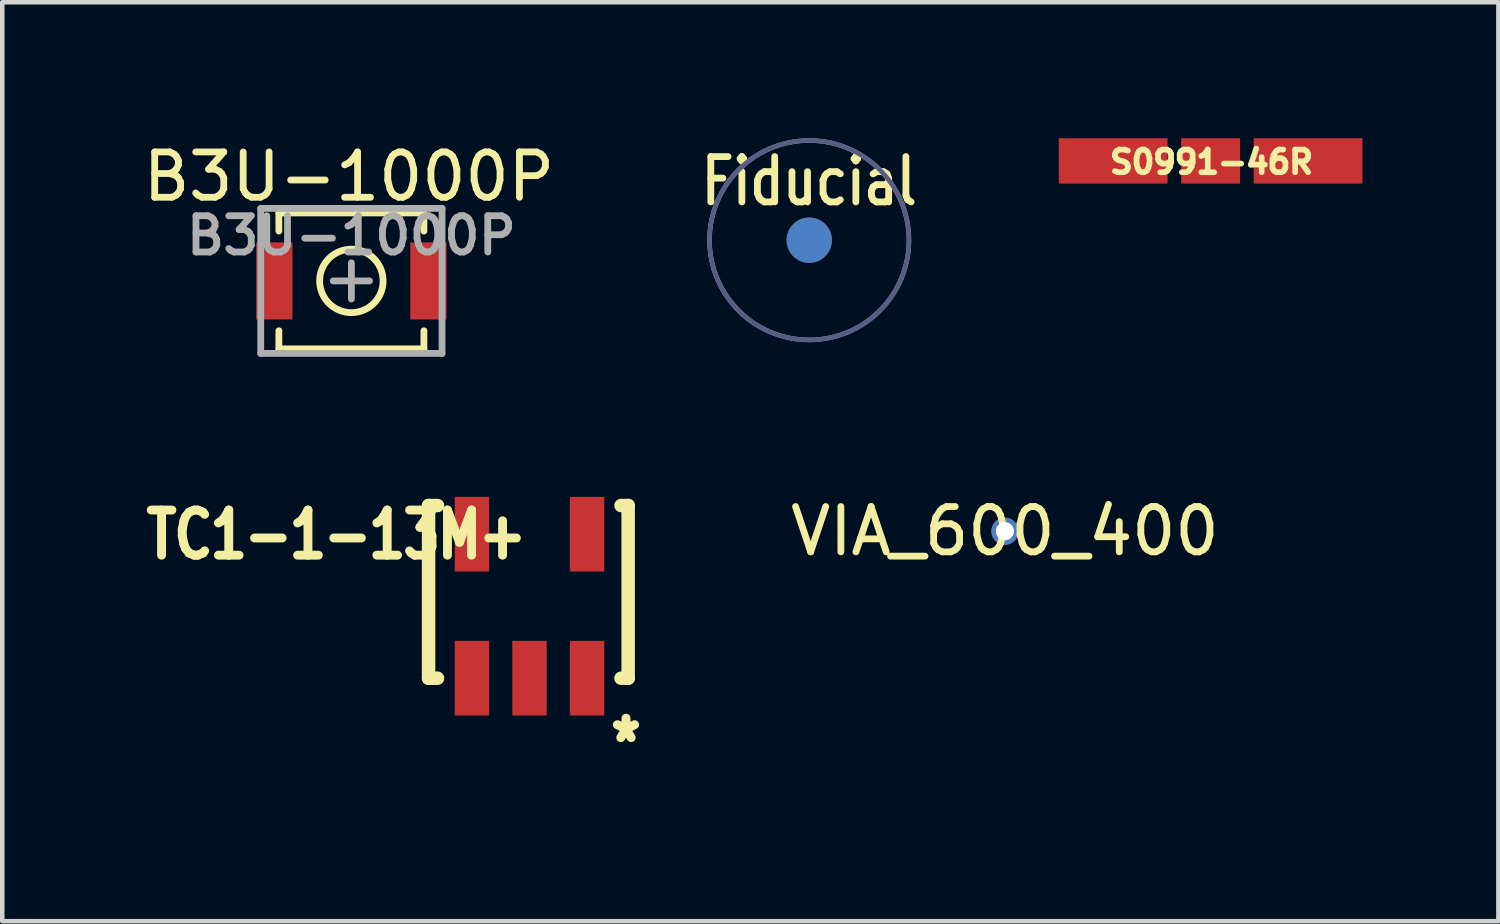
<source format=kicad_pcb>
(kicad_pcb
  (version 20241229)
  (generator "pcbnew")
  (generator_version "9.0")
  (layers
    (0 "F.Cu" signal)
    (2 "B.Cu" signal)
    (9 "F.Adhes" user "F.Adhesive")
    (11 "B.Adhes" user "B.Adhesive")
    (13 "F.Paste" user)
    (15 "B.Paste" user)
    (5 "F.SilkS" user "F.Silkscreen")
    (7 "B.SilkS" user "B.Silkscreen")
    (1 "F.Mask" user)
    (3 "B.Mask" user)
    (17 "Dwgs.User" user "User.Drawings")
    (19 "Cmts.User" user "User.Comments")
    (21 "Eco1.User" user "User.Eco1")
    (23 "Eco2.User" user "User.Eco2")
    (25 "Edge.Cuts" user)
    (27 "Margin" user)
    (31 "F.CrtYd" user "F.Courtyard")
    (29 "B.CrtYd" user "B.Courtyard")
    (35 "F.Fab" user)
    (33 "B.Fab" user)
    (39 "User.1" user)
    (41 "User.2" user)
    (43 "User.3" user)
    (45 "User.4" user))
  (footprint "VIA_600_400"
    (layer "F.Cu")
    (at 19.122 8.671)
    (property "Reference" "VIA_600_400" (at 0 0 0) (layer "F.SilkS") (effects (font (size 1 1) (thickness 0.15))))
    (attr through_hole)
    (pad "" thru_hole circle (at 0 0) (size 0.6 0.6) (drill 0.4) (layers "*.Cu")))
  (footprint "TC1-1-13M+"
    (layer "F.Cu")
    (at 8.632 10.329)
    (property "Reference" "TC1-1-13M+" (at -4.26 -1.58 0) (layer "F.SilkS") (effects (font (size 0.996 0.798) (thickness 0.196))))
    (attr smd)
    (fp_line (start -2.226 -2.225) (end -2.028 -2.225) (stroke (width 0.297) (type solid)) (layer "F.SilkS"))
    (fp_line (start -2.226 1.585) (end -2.226 -2.225) (stroke (width 0.297) (type solid)) (layer "F.SilkS"))
    (fp_line (start -2.226 1.585) (end -2.028 1.585) (stroke (width 0.297) (type solid)) (layer "F.SilkS"))
    (fp_line (start 2.02 1.585) (end 2.178 1.585) (stroke (width 0.297) (type solid)) (layer "F.SilkS"))
    (fp_line (start 2.178 -2.225) (end 2.02 -2.225) (stroke (width 0.297) (type solid)) (layer "F.SilkS"))
    (fp_line (start 2.178 1.585) (end 2.178 -2.225) (stroke (width 0.297) (type solid)) (layer "F.SilkS"))
    (fp_text user "*" (at 2.13 3.015 0) (layer "F.SilkS") (effects (font (size 0.998 0.798) (thickness 0.198))))
    (pad "1" smd rect (at 1.271 1.585) (size 0.759 1.648) (layers "F.Cu" "F.Mask" "F.Paste"))
    (pad "2" smd rect (at 0.001 1.585) (size 0.759 1.648) (layers "F.Cu" "F.Mask" "F.Paste"))
    (pad "3" smd rect (at -1.269 1.585) (size 0.759 1.648) (layers "F.Cu" "F.Mask" "F.Paste"))
    (pad "4" smd rect (at -1.269 -1.592) (size 0.759 1.648) (layers "F.Cu" "F.Mask" "F.Paste"))
    (pad "6" smd rect (at 1.271 -1.592) (size 0.759 1.648) (layers "F.Cu" "F.Mask" "F.Paste")))
  (footprint "B3U-1000P"
    (layer "F.Cu")
    (at 4.703 3.148)
    (property "Reference" "B3U-1000P" (at -0.054 -2.3 0) (layer "F.SilkS") (effects (font (size 1 1) (thickness 0.15))))
    (attr smd)
    (fp_line (start -1.6 -1.5) (end 1.6 -1.5) (stroke (width 0.15) (type solid)) (layer "F.SilkS"))
    (fp_line (start -1.6 -1.1) (end -1.6 -1.5) (stroke (width 0.15) (type solid)) (layer "F.SilkS"))
    (fp_line (start -1.6 1.1) (end -1.6 1.5) (stroke (width 0.15) (type solid)) (layer "F.SilkS"))
    (fp_line (start -1.6 1.5) (end 1.6 1.5) (stroke (width 0.15) (type solid)) (layer "F.SilkS"))
    (fp_line (start 1.6 -1.5) (end 1.6 -1.1) (stroke (width 0.15) (type solid)) (layer "F.SilkS"))
    (fp_line (start 1.6 1.5) (end 1.6 1.1) (stroke (width 0.15) (type solid)) (layer "F.SilkS"))
    (fp_circle (center 0 0) (end 0.7 0) (stroke (width 0.15) (type solid)) (fill no) (layer "F.SilkS"))
    (fp_line (start -2 -1.6) (end 2 -1.6) (stroke (width 0.15) (type solid)) (layer "F.Fab"))
    (fp_line (start -2 1.6) (end -2 -1.6) (stroke (width 0.15) (type solid)) (layer "F.Fab"))
    (fp_line (start -0.4 0) (end 0.4 0) (stroke (width 0.15) (type solid)) (layer "F.Fab"))
    (fp_line (start 0 -0.4) (end 0 0.4) (stroke (width 0.15) (type solid)) (layer "F.Fab"))
    (fp_line (start 2 -1.6) (end 2 1.6) (stroke (width 0.15) (type solid)) (layer "F.Fab"))
    (fp_line (start 2 1.6) (end -2 1.6) (stroke (width 0.15) (type solid)) (layer "F.Fab"))
    (fp_text user "${REFERENCE}" (at 0 -1 0) (layer "F.Fab") (effects (font (size 0.8 0.8) (thickness 0.15))))
    (pad "1" smd rect (at -1.7 0) (size 0.8 1.7) (layers "F.Cu" "F.Mask" "F.Paste"))
    (pad "2" smd rect (at 1.7 0) (size 0.8 1.7) (layers "F.Cu" "F.Mask" "F.Paste")))
  (footprint "Fiducial"
    (layer "F.Cu")
    (at 14.805 2.25)
    (property "Reference" "Fiducial" (at 0 -1.3 0) (layer "F.SilkS") (effects (font (size 1 0.8) (thickness 0.15))))
    (attr smd)
    (fp_circle (center 0 0) (end 2.2 0) (stroke (width 0.1) (type solid)) (fill no) (layer "B.Fab"))
    (fp_circle (center 0 0) (end 2.2 0) (stroke (width 0.1) (type solid)) (fill no) (layer "F.Fab"))
    (pad "1" smd circle (at 0 0) (size 1 1) (layers "*.Mask" "F.Cu"))
    (pad "2" smd circle (at 0 0) (size 1 1) (layers "*.Mask" "B.Cu")))
  (footprint "S0991-46R"
    (layer "F.Cu")
    (at 23.661 0.5)
    (property "Reference" "S0991-46R" (at 0.02 0.025 0) (layer "F.SilkS") (effects (font (size 0.5 0.5) (thickness 0.125))))
    (attr through_hole)
    (pad "" smd rect (at -2.15 0) (size 2.4 1) (layers "F.Cu" "F.Mask" "F.Paste"))
    (pad "" smd rect (at 0 0) (size 1.3 1) (layers "F.Cu" "F.Mask" "F.Paste"))
    (pad "" smd rect (at 2.15 0) (size 2.4 1) (layers "F.Cu" "F.Mask" "F.Paste")))
  (gr_rect
    (start -3 -3)
    (end 30.011 17.276)
    (stroke (width 0.1) (type default))
    (fill no)
    (layer "Edge.Cuts")))
</source>
